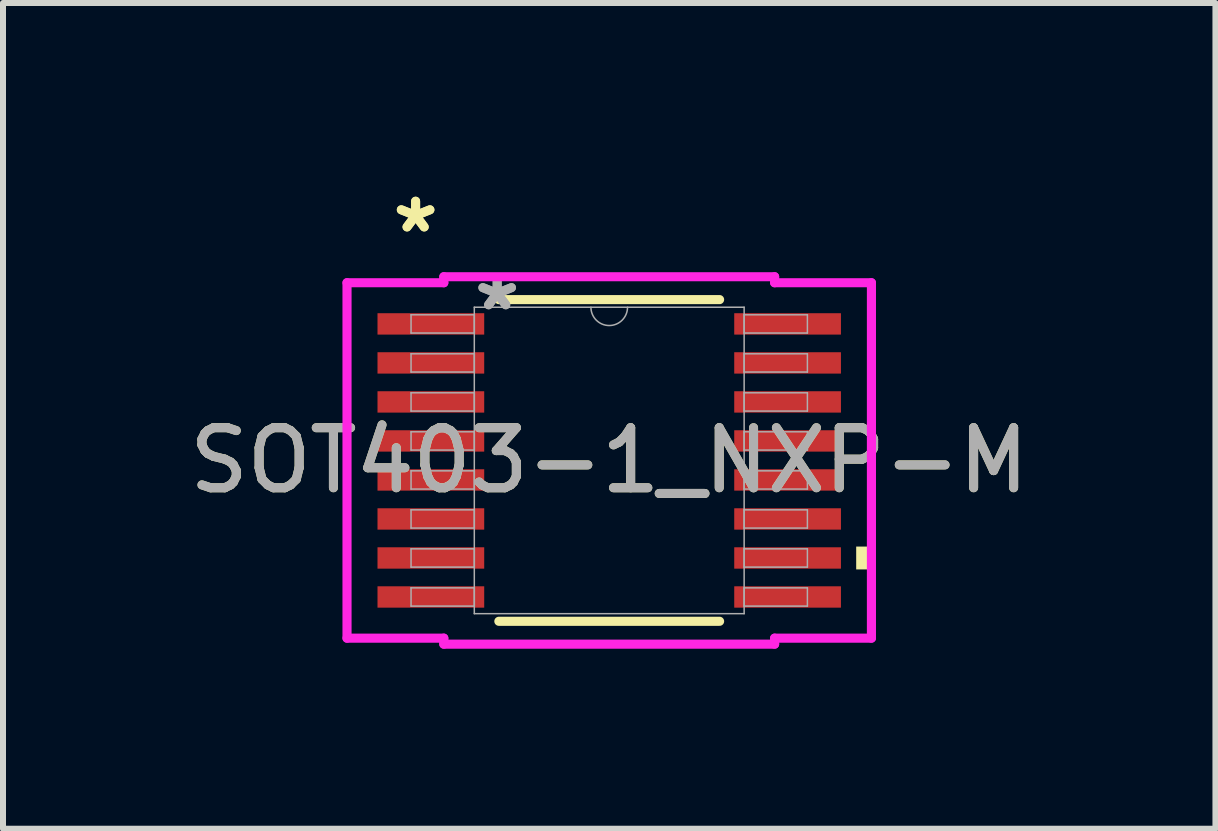
<source format=kicad_pcb>
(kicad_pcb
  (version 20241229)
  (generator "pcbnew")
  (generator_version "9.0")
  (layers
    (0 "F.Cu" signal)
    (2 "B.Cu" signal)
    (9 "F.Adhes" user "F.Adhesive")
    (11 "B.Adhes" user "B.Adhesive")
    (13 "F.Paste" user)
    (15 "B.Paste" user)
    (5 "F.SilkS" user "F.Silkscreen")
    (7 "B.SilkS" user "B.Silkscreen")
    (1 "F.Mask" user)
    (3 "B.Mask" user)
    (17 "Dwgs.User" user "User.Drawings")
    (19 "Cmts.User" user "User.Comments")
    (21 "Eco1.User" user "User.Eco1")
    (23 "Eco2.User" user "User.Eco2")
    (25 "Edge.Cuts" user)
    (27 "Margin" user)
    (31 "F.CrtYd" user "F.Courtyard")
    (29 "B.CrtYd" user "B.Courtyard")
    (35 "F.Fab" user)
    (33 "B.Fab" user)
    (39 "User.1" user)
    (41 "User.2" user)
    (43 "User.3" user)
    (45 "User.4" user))
  (footprint "SOT403-1_NXP-M"
    (layer "F.Cu")
    (at 7.101 4.622)
    (property "Reference" "SOT403-1_NXP-M" (at 0 0 0) (unlocked yes) (layer "F.SilkS") (effects (font (size 1 1) (thickness 0.15))))
    (attr smd)
    (fp_line (start -1.839 2.68) (end 1.839 2.68) (stroke (width 0.152) (type solid)) (layer "F.SilkS"))
    (fp_line (start 1.839 -2.68) (end -1.839 -2.68) (stroke (width 0.152) (type solid)) (layer "F.SilkS"))
    (fp_poly (pts (xy 4.369 1.435) (xy 4.369 1.816) (xy 4.115 1.816) (xy 4.115 1.435)) (stroke (width 0) (type solid)) (fill yes) (layer "F.SilkS"))
    (fp_line (start -4.369 -2.961) (end -2.756 -2.961) (stroke (width 0.152) (type solid)) (layer "F.CrtYd"))
    (fp_line (start -4.369 2.961) (end -4.369 -2.961) (stroke (width 0.152) (type solid)) (layer "F.CrtYd"))
    (fp_line (start -4.369 2.961) (end -2.756 2.961) (stroke (width 0.152) (type solid)) (layer "F.CrtYd"))
    (fp_line (start -2.756 -3.061) (end 2.756 -3.061) (stroke (width 0.152) (type solid)) (layer "F.CrtYd"))
    (fp_line (start -2.756 -2.961) (end -2.756 -3.061) (stroke (width 0.152) (type solid)) (layer "F.CrtYd"))
    (fp_line (start -2.756 3.061) (end -2.756 2.961) (stroke (width 0.152) (type solid)) (layer "F.CrtYd"))
    (fp_line (start 2.756 -3.061) (end 2.756 -2.961) (stroke (width 0.152) (type solid)) (layer "F.CrtYd"))
    (fp_line (start 2.756 2.961) (end 2.756 3.061) (stroke (width 0.152) (type solid)) (layer "F.CrtYd"))
    (fp_line (start 2.756 3.061) (end -2.756 3.061) (stroke (width 0.152) (type solid)) (layer "F.CrtYd"))
    (fp_line (start 4.369 -2.961) (end 2.756 -2.961) (stroke (width 0.152) (type solid)) (layer "F.CrtYd"))
    (fp_line (start 4.369 -2.961) (end 4.369 2.961) (stroke (width 0.152) (type solid)) (layer "F.CrtYd"))
    (fp_line (start 4.369 2.961) (end 2.756 2.961) (stroke (width 0.152) (type solid)) (layer "F.CrtYd"))
    (fp_line (start -3.302 -2.427) (end -3.302 -2.123) (stroke (width 0.025) (type solid)) (layer "F.Fab"))
    (fp_line (start -3.302 -2.123) (end -2.248 -2.123) (stroke (width 0.025) (type solid)) (layer "F.Fab"))
    (fp_line (start -3.302 -1.777) (end -3.302 -1.473) (stroke (width 0.025) (type solid)) (layer "F.Fab"))
    (fp_line (start -3.302 -1.473) (end -2.248 -1.473) (stroke (width 0.025) (type solid)) (layer "F.Fab"))
    (fp_line (start -3.302 -1.127) (end -3.302 -0.823) (stroke (width 0.025) (type solid)) (layer "F.Fab"))
    (fp_line (start -3.302 -0.823) (end -2.248 -0.823) (stroke (width 0.025) (type solid)) (layer "F.Fab"))
    (fp_line (start -3.302 -0.477) (end -3.302 -0.173) (stroke (width 0.025) (type solid)) (layer "F.Fab"))
    (fp_line (start -3.302 -0.173) (end -2.248 -0.173) (stroke (width 0.025) (type solid)) (layer "F.Fab"))
    (fp_line (start -3.302 0.173) (end -3.302 0.477) (stroke (width 0.025) (type solid)) (layer "F.Fab"))
    (fp_line (start -3.302 0.477) (end -2.248 0.477) (stroke (width 0.025) (type solid)) (layer "F.Fab"))
    (fp_line (start -3.302 0.823) (end -3.302 1.127) (stroke (width 0.025) (type solid)) (layer "F.Fab"))
    (fp_line (start -3.302 1.127) (end -2.248 1.127) (stroke (width 0.025) (type solid)) (layer "F.Fab"))
    (fp_line (start -3.302 1.473) (end -3.302 1.777) (stroke (width 0.025) (type solid)) (layer "F.Fab"))
    (fp_line (start -3.302 1.777) (end -2.248 1.777) (stroke (width 0.025) (type solid)) (layer "F.Fab"))
    (fp_line (start -3.302 2.123) (end -3.302 2.427) (stroke (width 0.025) (type solid)) (layer "F.Fab"))
    (fp_line (start -3.302 2.427) (end -2.248 2.427) (stroke (width 0.025) (type solid)) (layer "F.Fab"))
    (fp_line (start -2.248 -2.553) (end -2.248 2.553) (stroke (width 0.025) (type solid)) (layer "F.Fab"))
    (fp_line (start -2.248 -2.427) (end -3.302 -2.427) (stroke (width 0.025) (type solid)) (layer "F.Fab"))
    (fp_line (start -2.248 -2.123) (end -2.248 -2.427) (stroke (width 0.025) (type solid)) (layer "F.Fab"))
    (fp_line (start -2.248 -1.777) (end -3.302 -1.777) (stroke (width 0.025) (type solid)) (layer "F.Fab"))
    (fp_line (start -2.248 -1.473) (end -2.248 -1.777) (stroke (width 0.025) (type solid)) (layer "F.Fab"))
    (fp_line (start -2.248 -1.127) (end -3.302 -1.127) (stroke (width 0.025) (type solid)) (layer "F.Fab"))
    (fp_line (start -2.248 -0.823) (end -2.248 -1.127) (stroke (width 0.025) (type solid)) (layer "F.Fab"))
    (fp_line (start -2.248 -0.477) (end -3.302 -0.477) (stroke (width 0.025) (type solid)) (layer "F.Fab"))
    (fp_line (start -2.248 -0.173) (end -2.248 -0.477) (stroke (width 0.025) (type solid)) (layer "F.Fab"))
    (fp_line (start -2.248 0.173) (end -3.302 0.173) (stroke (width 0.025) (type solid)) (layer "F.Fab"))
    (fp_line (start -2.248 0.477) (end -2.248 0.173) (stroke (width 0.025) (type solid)) (layer "F.Fab"))
    (fp_line (start -2.248 0.823) (end -3.302 0.823) (stroke (width 0.025) (type solid)) (layer "F.Fab"))
    (fp_line (start -2.248 1.127) (end -2.248 0.823) (stroke (width 0.025) (type solid)) (layer "F.Fab"))
    (fp_line (start -2.248 1.473) (end -3.302 1.473) (stroke (width 0.025) (type solid)) (layer "F.Fab"))
    (fp_line (start -2.248 1.777) (end -2.248 1.473) (stroke (width 0.025) (type solid)) (layer "F.Fab"))
    (fp_line (start -2.248 2.123) (end -3.302 2.123) (stroke (width 0.025) (type solid)) (layer "F.Fab"))
    (fp_line (start -2.248 2.427) (end -2.248 2.123) (stroke (width 0.025) (type solid)) (layer "F.Fab"))
    (fp_line (start -2.248 2.553) (end 2.248 2.553) (stroke (width 0.025) (type solid)) (layer "F.Fab"))
    (fp_line (start 2.248 -2.553) (end -2.248 -2.553) (stroke (width 0.025) (type solid)) (layer "F.Fab"))
    (fp_line (start 2.248 -2.427) (end 2.248 -2.123) (stroke (width 0.025) (type solid)) (layer "F.Fab"))
    (fp_line (start 2.248 -2.123) (end 3.302 -2.123) (stroke (width 0.025) (type solid)) (layer "F.Fab"))
    (fp_line (start 2.248 -1.777) (end 2.248 -1.473) (stroke (width 0.025) (type solid)) (layer "F.Fab"))
    (fp_line (start 2.248 -1.473) (end 3.302 -1.473) (stroke (width 0.025) (type solid)) (layer "F.Fab"))
    (fp_line (start 2.248 -1.127) (end 2.248 -0.823) (stroke (width 0.025) (type solid)) (layer "F.Fab"))
    (fp_line (start 2.248 -0.823) (end 3.302 -0.823) (stroke (width 0.025) (type solid)) (layer "F.Fab"))
    (fp_line (start 2.248 -0.477) (end 2.248 -0.173) (stroke (width 0.025) (type solid)) (layer "F.Fab"))
    (fp_line (start 2.248 -0.173) (end 3.302 -0.173) (stroke (width 0.025) (type solid)) (layer "F.Fab"))
    (fp_line (start 2.248 0.173) (end 2.248 0.477) (stroke (width 0.025) (type solid)) (layer "F.Fab"))
    (fp_line (start 2.248 0.477) (end 3.302 0.477) (stroke (width 0.025) (type solid)) (layer "F.Fab"))
    (fp_line (start 2.248 0.823) (end 2.248 1.127) (stroke (width 0.025) (type solid)) (layer "F.Fab"))
    (fp_line (start 2.248 1.127) (end 3.302 1.127) (stroke (width 0.025) (type solid)) (layer "F.Fab"))
    (fp_line (start 2.248 1.473) (end 2.248 1.777) (stroke (width 0.025) (type solid)) (layer "F.Fab"))
    (fp_line (start 2.248 1.777) (end 3.302 1.777) (stroke (width 0.025) (type solid)) (layer "F.Fab"))
    (fp_line (start 2.248 2.123) (end 2.248 2.427) (stroke (width 0.025) (type solid)) (layer "F.Fab"))
    (fp_line (start 2.248 2.427) (end 3.302 2.427) (stroke (width 0.025) (type solid)) (layer "F.Fab"))
    (fp_line (start 2.248 2.553) (end 2.248 -2.553) (stroke (width 0.025) (type solid)) (layer "F.Fab"))
    (fp_line (start 3.302 -2.427) (end 2.248 -2.427) (stroke (width 0.025) (type solid)) (layer "F.Fab"))
    (fp_line (start 3.302 -2.123) (end 3.302 -2.427) (stroke (width 0.025) (type solid)) (layer "F.Fab"))
    (fp_line (start 3.302 -1.777) (end 2.248 -1.777) (stroke (width 0.025) (type solid)) (layer "F.Fab"))
    (fp_line (start 3.302 -1.473) (end 3.302 -1.777) (stroke (width 0.025) (type solid)) (layer "F.Fab"))
    (fp_line (start 3.302 -1.127) (end 2.248 -1.127) (stroke (width 0.025) (type solid)) (layer "F.Fab"))
    (fp_line (start 3.302 -0.823) (end 3.302 -1.127) (stroke (width 0.025) (type solid)) (layer "F.Fab"))
    (fp_line (start 3.302 -0.477) (end 2.248 -0.477) (stroke (width 0.025) (type solid)) (layer "F.Fab"))
    (fp_line (start 3.302 -0.173) (end 3.302 -0.477) (stroke (width 0.025) (type solid)) (layer "F.Fab"))
    (fp_line (start 3.302 0.173) (end 2.248 0.173) (stroke (width 0.025) (type solid)) (layer "F.Fab"))
    (fp_line (start 3.302 0.477) (end 3.302 0.173) (stroke (width 0.025) (type solid)) (layer "F.Fab"))
    (fp_line (start 3.302 0.823) (end 2.248 0.823) (stroke (width 0.025) (type solid)) (layer "F.Fab"))
    (fp_line (start 3.302 1.127) (end 3.302 0.823) (stroke (width 0.025) (type solid)) (layer "F.Fab"))
    (fp_line (start 3.302 1.473) (end 2.248 1.473) (stroke (width 0.025) (type solid)) (layer "F.Fab"))
    (fp_line (start 3.302 1.777) (end 3.302 1.473) (stroke (width 0.025) (type solid)) (layer "F.Fab"))
    (fp_line (start 3.302 2.123) (end 2.248 2.123) (stroke (width 0.025) (type solid)) (layer "F.Fab"))
    (fp_line (start 3.302 2.427) (end 3.302 2.123) (stroke (width 0.025) (type solid)) (layer "F.Fab"))
    (fp_arc (start 0.3048 -2.5527) (mid 0 -2.2479) (end -0.3048 -2.5527) (stroke (width 0.0254) (type solid)) (layer "F.Fab"))
    (fp_text user "*" (at -3.226 -3.774 0) (layer "F.SilkS") (effects (font (size 1 1) (thickness 0.15))))
    (fp_text user "*" (at -3.226 -3.774 0) (unlocked yes) (layer "F.SilkS") (effects (font (size 1 1) (thickness 0.15))))
    (fp_text user "*" (at -1.867 -2.477 0) (layer "F.Fab") (effects (font (size 1 1) (thickness 0.15))))
    (fp_text user "*" (at -1.867 -2.477 0) (unlocked yes) (layer "F.Fab") (effects (font (size 1 1) (thickness 0.15))))
    (fp_text user "${REFERENCE}" (at 0 0 0) (unlocked yes) (layer "F.Fab") (effects (font (size 1 1) (thickness 0.15))))
    (pad "1" smd rect (at -2.972 -2.275) (size 1.778 0.356) (layers "F.Cu" "F.Mask" "F.Paste"))
    (pad "2" smd rect (at -2.972 -1.625) (size 1.778 0.356) (layers "F.Cu" "F.Mask" "F.Paste"))
    (pad "3" smd rect (at -2.972 -0.975) (size 1.778 0.356) (layers "F.Cu" "F.Mask" "F.Paste"))
    (pad "4" smd rect (at -2.972 -0.325) (size 1.778 0.356) (layers "F.Cu" "F.Mask" "F.Paste"))
    (pad "5" smd rect (at -2.972 0.325) (size 1.778 0.356) (layers "F.Cu" "F.Mask" "F.Paste"))
    (pad "6" smd rect (at -2.972 0.975) (size 1.778 0.356) (layers "F.Cu" "F.Mask" "F.Paste"))
    (pad "7" smd rect (at -2.972 1.625) (size 1.778 0.356) (layers "F.Cu" "F.Mask" "F.Paste"))
    (pad "8" smd rect (at -2.972 2.275) (size 1.778 0.356) (layers "F.Cu" "F.Mask" "F.Paste"))
    (pad "9" smd rect (at 2.972 2.275) (size 1.778 0.356) (layers "F.Cu" "F.Mask" "F.Paste"))
    (pad "10" smd rect (at 2.972 1.625) (size 1.778 0.356) (layers "F.Cu" "F.Mask" "F.Paste"))
    (pad "11" smd rect (at 2.972 0.975) (size 1.778 0.356) (layers "F.Cu" "F.Mask" "F.Paste"))
    (pad "12" smd rect (at 2.972 0.325) (size 1.778 0.356) (layers "F.Cu" "F.Mask" "F.Paste"))
    (pad "13" smd rect (at 2.972 -0.325) (size 1.778 0.356) (layers "F.Cu" "F.Mask" "F.Paste"))
    (pad "14" smd rect (at 2.972 -0.975) (size 1.778 0.356) (layers "F.Cu" "F.Mask" "F.Paste"))
    (pad "15" smd rect (at 2.972 -1.625) (size 1.778 0.356) (layers "F.Cu" "F.Mask" "F.Paste"))
    (pad "16" smd rect (at 2.972 -2.275) (size 1.778 0.356) (layers "F.Cu" "F.Mask" "F.Paste")))
  (gr_rect
    (start -3 -3)
    (end 17.202 10.759)
    (stroke (width 0.1) (type default))
    (fill no)
    (layer "Edge.Cuts")))
</source>
